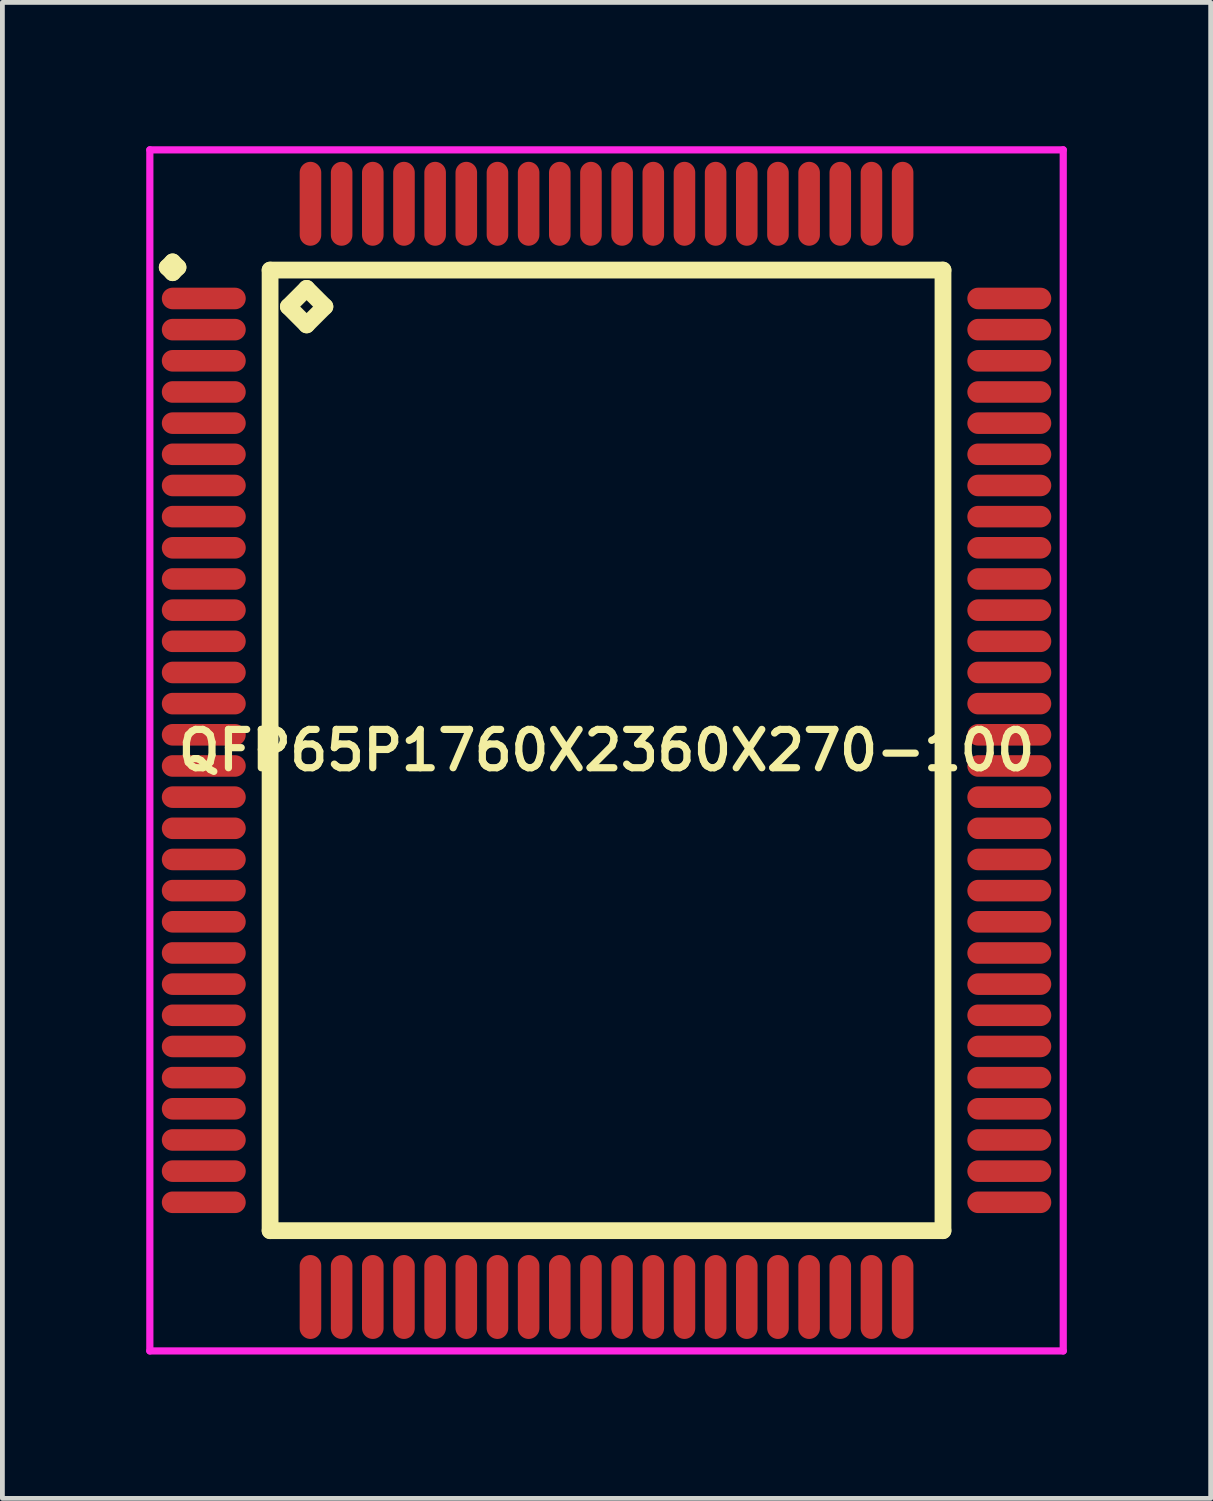
<source format=kicad_pcb>
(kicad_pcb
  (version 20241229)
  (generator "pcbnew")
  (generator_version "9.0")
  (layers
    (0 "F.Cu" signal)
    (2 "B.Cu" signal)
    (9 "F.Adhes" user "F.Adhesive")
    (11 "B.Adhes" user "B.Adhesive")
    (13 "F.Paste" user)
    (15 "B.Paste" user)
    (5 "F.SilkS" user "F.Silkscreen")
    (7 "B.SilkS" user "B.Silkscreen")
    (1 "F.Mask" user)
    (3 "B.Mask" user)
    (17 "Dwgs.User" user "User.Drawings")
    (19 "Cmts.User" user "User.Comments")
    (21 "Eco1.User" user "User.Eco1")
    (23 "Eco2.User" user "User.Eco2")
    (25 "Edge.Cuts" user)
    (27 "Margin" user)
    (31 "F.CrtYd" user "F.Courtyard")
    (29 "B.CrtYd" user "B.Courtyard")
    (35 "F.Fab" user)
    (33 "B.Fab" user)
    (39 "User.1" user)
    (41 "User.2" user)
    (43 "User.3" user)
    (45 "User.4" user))
  (footprint "QFP65P1760X2360X270-100"
    (layer "F.Cu")
    (at 9.6 12.6)
    (property "Reference" "QFP65P1760X2360X270-100" (at 0 0 0) (layer "F.SilkS") (effects (font (size 0.8 0.8) (thickness 0.15))))
    (attr smd)
    (fp_line (start -9.162 -10.075) (end -9.05 -10.188) (stroke (width 0.35) (type solid)) (layer "F.SilkS"))
    (fp_line (start -9.05 -10.188) (end -8.938 -10.075) (stroke (width 0.35) (type solid)) (layer "F.SilkS"))
    (fp_line (start -9.05 -9.963) (end -9.162 -10.075) (stroke (width 0.35) (type solid)) (layer "F.SilkS"))
    (fp_line (start -8.938 -10.075) (end -9.05 -9.963) (stroke (width 0.35) (type solid)) (layer "F.SilkS"))
    (fp_line (start -7.017 -10.017) (end -7.017 10.017) (stroke (width 0.35) (type solid)) (layer "F.SilkS"))
    (fp_line (start -7.017 10.017) (end 7.017 10.017) (stroke (width 0.35) (type solid)) (layer "F.SilkS"))
    (fp_line (start -6.636 -9.255) (end -6.255 -9.636) (stroke (width 0.35) (type solid)) (layer "F.SilkS"))
    (fp_line (start -6.255 -9.636) (end -5.874 -9.255) (stroke (width 0.35) (type solid)) (layer "F.SilkS"))
    (fp_line (start -6.255 -8.874) (end -6.636 -9.255) (stroke (width 0.35) (type solid)) (layer "F.SilkS"))
    (fp_line (start -5.874 -9.255) (end -6.255 -8.874) (stroke (width 0.35) (type solid)) (layer "F.SilkS"))
    (fp_line (start 7.017 -10.017) (end -7.017 -10.017) (stroke (width 0.35) (type solid)) (layer "F.SilkS"))
    (fp_line (start 7.017 10.017) (end 7.017 -10.017) (stroke (width 0.35) (type solid)) (layer "F.SilkS"))
    (fp_line (start -9.525 -12.525) (end 9.525 -12.525) (stroke (width 0.15) (type solid)) (layer "F.CrtYd"))
    (fp_line (start -9.525 12.525) (end -9.525 -12.525) (stroke (width 0.15) (type solid)) (layer "F.CrtYd"))
    (fp_line (start 9.525 -12.525) (end 9.525 12.525) (stroke (width 0.15) (type solid)) (layer "F.CrtYd"))
    (fp_line (start 9.525 12.525) (end -9.525 12.525) (stroke (width 0.15) (type solid)) (layer "F.CrtYd"))
    (pad "1" smd oval (at -8.4 -9.425) (size 1.75 0.45) (layers "F.Cu" "F.Mask" "F.Paste"))
    (pad "2" smd oval (at -8.4 -8.775) (size 1.75 0.45) (layers "F.Cu" "F.Mask" "F.Paste"))
    (pad "3" smd oval (at -8.4 -8.125) (size 1.75 0.45) (layers "F.Cu" "F.Mask" "F.Paste"))
    (pad "4" smd oval (at -8.4 -7.475) (size 1.75 0.45) (layers "F.Cu" "F.Mask" "F.Paste"))
    (pad "5" smd oval (at -8.4 -6.825) (size 1.75 0.45) (layers "F.Cu" "F.Mask" "F.Paste"))
    (pad "6" smd oval (at -8.4 -6.175) (size 1.75 0.45) (layers "F.Cu" "F.Mask" "F.Paste"))
    (pad "7" smd oval (at -8.4 -5.525) (size 1.75 0.45) (layers "F.Cu" "F.Mask" "F.Paste"))
    (pad "8" smd oval (at -8.4 -4.875) (size 1.75 0.45) (layers "F.Cu" "F.Mask" "F.Paste"))
    (pad "9" smd oval (at -8.4 -4.225) (size 1.75 0.45) (layers "F.Cu" "F.Mask" "F.Paste"))
    (pad "10" smd oval (at -8.4 -3.575) (size 1.75 0.45) (layers "F.Cu" "F.Mask" "F.Paste"))
    (pad "11" smd oval (at -8.4 -2.925) (size 1.75 0.45) (layers "F.Cu" "F.Mask" "F.Paste"))
    (pad "12" smd oval (at -8.4 -2.275) (size 1.75 0.45) (layers "F.Cu" "F.Mask" "F.Paste"))
    (pad "13" smd oval (at -8.4 -1.625) (size 1.75 0.45) (layers "F.Cu" "F.Mask" "F.Paste"))
    (pad "14" smd oval (at -8.4 -0.975) (size 1.75 0.45) (layers "F.Cu" "F.Mask" "F.Paste"))
    (pad "15" smd oval (at -8.4 -0.325) (size 1.75 0.45) (layers "F.Cu" "F.Mask" "F.Paste"))
    (pad "16" smd oval (at -8.4 0.325) (size 1.75 0.45) (layers "F.Cu" "F.Mask" "F.Paste"))
    (pad "17" smd oval (at -8.4 0.975) (size 1.75 0.45) (layers "F.Cu" "F.Mask" "F.Paste"))
    (pad "18" smd oval (at -8.4 1.625) (size 1.75 0.45) (layers "F.Cu" "F.Mask" "F.Paste"))
    (pad "19" smd oval (at -8.4 2.275) (size 1.75 0.45) (layers "F.Cu" "F.Mask" "F.Paste"))
    (pad "20" smd oval (at -8.4 2.925) (size 1.75 0.45) (layers "F.Cu" "F.Mask" "F.Paste"))
    (pad "21" smd oval (at -8.4 3.575) (size 1.75 0.45) (layers "F.Cu" "F.Mask" "F.Paste"))
    (pad "22" smd oval (at -8.4 4.225) (size 1.75 0.45) (layers "F.Cu" "F.Mask" "F.Paste"))
    (pad "23" smd oval (at -8.4 4.875) (size 1.75 0.45) (layers "F.Cu" "F.Mask" "F.Paste"))
    (pad "24" smd oval (at -8.4 5.525) (size 1.75 0.45) (layers "F.Cu" "F.Mask" "F.Paste"))
    (pad "25" smd oval (at -8.4 6.175) (size 1.75 0.45) (layers "F.Cu" "F.Mask" "F.Paste"))
    (pad "26" smd oval (at -8.4 6.825) (size 1.75 0.45) (layers "F.Cu" "F.Mask" "F.Paste"))
    (pad "27" smd oval (at -8.4 7.475) (size 1.75 0.45) (layers "F.Cu" "F.Mask" "F.Paste"))
    (pad "28" smd oval (at -8.4 8.125) (size 1.75 0.45) (layers "F.Cu" "F.Mask" "F.Paste"))
    (pad "29" smd oval (at -8.4 8.775) (size 1.75 0.45) (layers "F.Cu" "F.Mask" "F.Paste"))
    (pad "30" smd oval (at -8.4 9.425) (size 1.75 0.45) (layers "F.Cu" "F.Mask" "F.Paste"))
    (pad "31" smd oval (at -6.175 11.4) (size 0.45 1.75) (layers "F.Cu" "F.Mask" "F.Paste"))
    (pad "32" smd oval (at -5.525 11.4) (size 0.45 1.75) (layers "F.Cu" "F.Mask" "F.Paste"))
    (pad "33" smd oval (at -4.875 11.4) (size 0.45 1.75) (layers "F.Cu" "F.Mask" "F.Paste"))
    (pad "34" smd oval (at -4.225 11.4) (size 0.45 1.75) (layers "F.Cu" "F.Mask" "F.Paste"))
    (pad "35" smd oval (at -3.575 11.4) (size 0.45 1.75) (layers "F.Cu" "F.Mask" "F.Paste"))
    (pad "36" smd oval (at -2.925 11.4) (size 0.45 1.75) (layers "F.Cu" "F.Mask" "F.Paste"))
    (pad "37" smd oval (at -2.275 11.4) (size 0.45 1.75) (layers "F.Cu" "F.Mask" "F.Paste"))
    (pad "38" smd oval (at -1.625 11.4) (size 0.45 1.75) (layers "F.Cu" "F.Mask" "F.Paste"))
    (pad "39" smd oval (at -0.975 11.4) (size 0.45 1.75) (layers "F.Cu" "F.Mask" "F.Paste"))
    (pad "40" smd oval (at -0.325 11.4) (size 0.45 1.75) (layers "F.Cu" "F.Mask" "F.Paste"))
    (pad "41" smd oval (at 0.325 11.4) (size 0.45 1.75) (layers "F.Cu" "F.Mask" "F.Paste"))
    (pad "42" smd oval (at 0.975 11.4) (size 0.45 1.75) (layers "F.Cu" "F.Mask" "F.Paste"))
    (pad "43" smd oval (at 1.625 11.4) (size 0.45 1.75) (layers "F.Cu" "F.Mask" "F.Paste"))
    (pad "44" smd oval (at 2.275 11.4) (size 0.45 1.75) (layers "F.Cu" "F.Mask" "F.Paste"))
    (pad "45" smd oval (at 2.925 11.4) (size 0.45 1.75) (layers "F.Cu" "F.Mask" "F.Paste"))
    (pad "46" smd oval (at 3.575 11.4) (size 0.45 1.75) (layers "F.Cu" "F.Mask" "F.Paste"))
    (pad "47" smd oval (at 4.225 11.4) (size 0.45 1.75) (layers "F.Cu" "F.Mask" "F.Paste"))
    (pad "48" smd oval (at 4.875 11.4) (size 0.45 1.75) (layers "F.Cu" "F.Mask" "F.Paste"))
    (pad "49" smd oval (at 5.525 11.4) (size 0.45 1.75) (layers "F.Cu" "F.Mask" "F.Paste"))
    (pad "50" smd oval (at 6.175 11.4) (size 0.45 1.75) (layers "F.Cu" "F.Mask" "F.Paste"))
    (pad "51" smd oval (at 8.4 9.425) (size 1.75 0.45) (layers "F.Cu" "F.Mask" "F.Paste"))
    (pad "52" smd oval (at 8.4 8.775) (size 1.75 0.45) (layers "F.Cu" "F.Mask" "F.Paste"))
    (pad "53" smd oval (at 8.4 8.125) (size 1.75 0.45) (layers "F.Cu" "F.Mask" "F.Paste"))
    (pad "54" smd oval (at 8.4 7.475) (size 1.75 0.45) (layers "F.Cu" "F.Mask" "F.Paste"))
    (pad "55" smd oval (at 8.4 6.825) (size 1.75 0.45) (layers "F.Cu" "F.Mask" "F.Paste"))
    (pad "56" smd oval (at 8.4 6.175) (size 1.75 0.45) (layers "F.Cu" "F.Mask" "F.Paste"))
    (pad "57" smd oval (at 8.4 5.525) (size 1.75 0.45) (layers "F.Cu" "F.Mask" "F.Paste"))
    (pad "58" smd oval (at 8.4 4.875) (size 1.75 0.45) (layers "F.Cu" "F.Mask" "F.Paste"))
    (pad "59" smd oval (at 8.4 4.225) (size 1.75 0.45) (layers "F.Cu" "F.Mask" "F.Paste"))
    (pad "60" smd oval (at 8.4 3.575) (size 1.75 0.45) (layers "F.Cu" "F.Mask" "F.Paste"))
    (pad "61" smd oval (at 8.4 2.925) (size 1.75 0.45) (layers "F.Cu" "F.Mask" "F.Paste"))
    (pad "62" smd oval (at 8.4 2.275) (size 1.75 0.45) (layers "F.Cu" "F.Mask" "F.Paste"))
    (pad "63" smd oval (at 8.4 1.625) (size 1.75 0.45) (layers "F.Cu" "F.Mask" "F.Paste"))
    (pad "64" smd oval (at 8.4 0.975) (size 1.75 0.45) (layers "F.Cu" "F.Mask" "F.Paste"))
    (pad "65" smd oval (at 8.4 0.325) (size 1.75 0.45) (layers "F.Cu" "F.Mask" "F.Paste"))
    (pad "66" smd oval (at 8.4 -0.325) (size 1.75 0.45) (layers "F.Cu" "F.Mask" "F.Paste"))
    (pad "67" smd oval (at 8.4 -0.975) (size 1.75 0.45) (layers "F.Cu" "F.Mask" "F.Paste"))
    (pad "68" smd oval (at 8.4 -1.625) (size 1.75 0.45) (layers "F.Cu" "F.Mask" "F.Paste"))
    (pad "69" smd oval (at 8.4 -2.275) (size 1.75 0.45) (layers "F.Cu" "F.Mask" "F.Paste"))
    (pad "70" smd oval (at 8.4 -2.925) (size 1.75 0.45) (layers "F.Cu" "F.Mask" "F.Paste"))
    (pad "71" smd oval (at 8.4 -3.575) (size 1.75 0.45) (layers "F.Cu" "F.Mask" "F.Paste"))
    (pad "72" smd oval (at 8.4 -4.225) (size 1.75 0.45) (layers "F.Cu" "F.Mask" "F.Paste"))
    (pad "73" smd oval (at 8.4 -4.875) (size 1.75 0.45) (layers "F.Cu" "F.Mask" "F.Paste"))
    (pad "74" smd oval (at 8.4 -5.525) (size 1.75 0.45) (layers "F.Cu" "F.Mask" "F.Paste"))
    (pad "75" smd oval (at 8.4 -6.175) (size 1.75 0.45) (layers "F.Cu" "F.Mask" "F.Paste"))
    (pad "76" smd oval (at 8.4 -6.825) (size 1.75 0.45) (layers "F.Cu" "F.Mask" "F.Paste"))
    (pad "77" smd oval (at 8.4 -7.475) (size 1.75 0.45) (layers "F.Cu" "F.Mask" "F.Paste"))
    (pad "78" smd oval (at 8.4 -8.125) (size 1.75 0.45) (layers "F.Cu" "F.Mask" "F.Paste"))
    (pad "79" smd oval (at 8.4 -8.775) (size 1.75 0.45) (layers "F.Cu" "F.Mask" "F.Paste"))
    (pad "80" smd oval (at 8.4 -9.425) (size 1.75 0.45) (layers "F.Cu" "F.Mask" "F.Paste"))
    (pad "81" smd oval (at 6.175 -11.4) (size 0.45 1.75) (layers "F.Cu" "F.Mask" "F.Paste"))
    (pad "82" smd oval (at 5.525 -11.4) (size 0.45 1.75) (layers "F.Cu" "F.Mask" "F.Paste"))
    (pad "83" smd oval (at 4.875 -11.4) (size 0.45 1.75) (layers "F.Cu" "F.Mask" "F.Paste"))
    (pad "84" smd oval (at 4.225 -11.4) (size 0.45 1.75) (layers "F.Cu" "F.Mask" "F.Paste"))
    (pad "85" smd oval (at 3.575 -11.4) (size 0.45 1.75) (layers "F.Cu" "F.Mask" "F.Paste"))
    (pad "86" smd oval (at 2.925 -11.4) (size 0.45 1.75) (layers "F.Cu" "F.Mask" "F.Paste"))
    (pad "87" smd oval (at 2.275 -11.4) (size 0.45 1.75) (layers "F.Cu" "F.Mask" "F.Paste"))
    (pad "88" smd oval (at 1.625 -11.4) (size 0.45 1.75) (layers "F.Cu" "F.Mask" "F.Paste"))
    (pad "89" smd oval (at 0.975 -11.4) (size 0.45 1.75) (layers "F.Cu" "F.Mask" "F.Paste"))
    (pad "90" smd oval (at 0.325 -11.4) (size 0.45 1.75) (layers "F.Cu" "F.Mask" "F.Paste"))
    (pad "91" smd oval (at -0.325 -11.4) (size 0.45 1.75) (layers "F.Cu" "F.Mask" "F.Paste"))
    (pad "92" smd oval (at -0.975 -11.4) (size 0.45 1.75) (layers "F.Cu" "F.Mask" "F.Paste"))
    (pad "93" smd oval (at -1.625 -11.4) (size 0.45 1.75) (layers "F.Cu" "F.Mask" "F.Paste"))
    (pad "94" smd oval (at -2.275 -11.4) (size 0.45 1.75) (layers "F.Cu" "F.Mask" "F.Paste"))
    (pad "95" smd oval (at -2.925 -11.4) (size 0.45 1.75) (layers "F.Cu" "F.Mask" "F.Paste"))
    (pad "96" smd oval (at -3.575 -11.4) (size 0.45 1.75) (layers "F.Cu" "F.Mask" "F.Paste"))
    (pad "97" smd oval (at -4.225 -11.4) (size 0.45 1.75) (layers "F.Cu" "F.Mask" "F.Paste"))
    (pad "98" smd oval (at -4.875 -11.4) (size 0.45 1.75) (layers "F.Cu" "F.Mask" "F.Paste"))
    (pad "99" smd oval (at -5.525 -11.4) (size 0.45 1.75) (layers "F.Cu" "F.Mask" "F.Paste"))
    (pad "100" smd oval (at -6.175 -11.4) (size 0.45 1.75) (layers "F.Cu" "F.Mask" "F.Paste")))
  (gr_rect
    (start -3 -3)
    (end 22.2 28.2)
    (stroke (width 0.1) (type default))
    (fill no)
    (layer "Edge.Cuts")))
</source>
